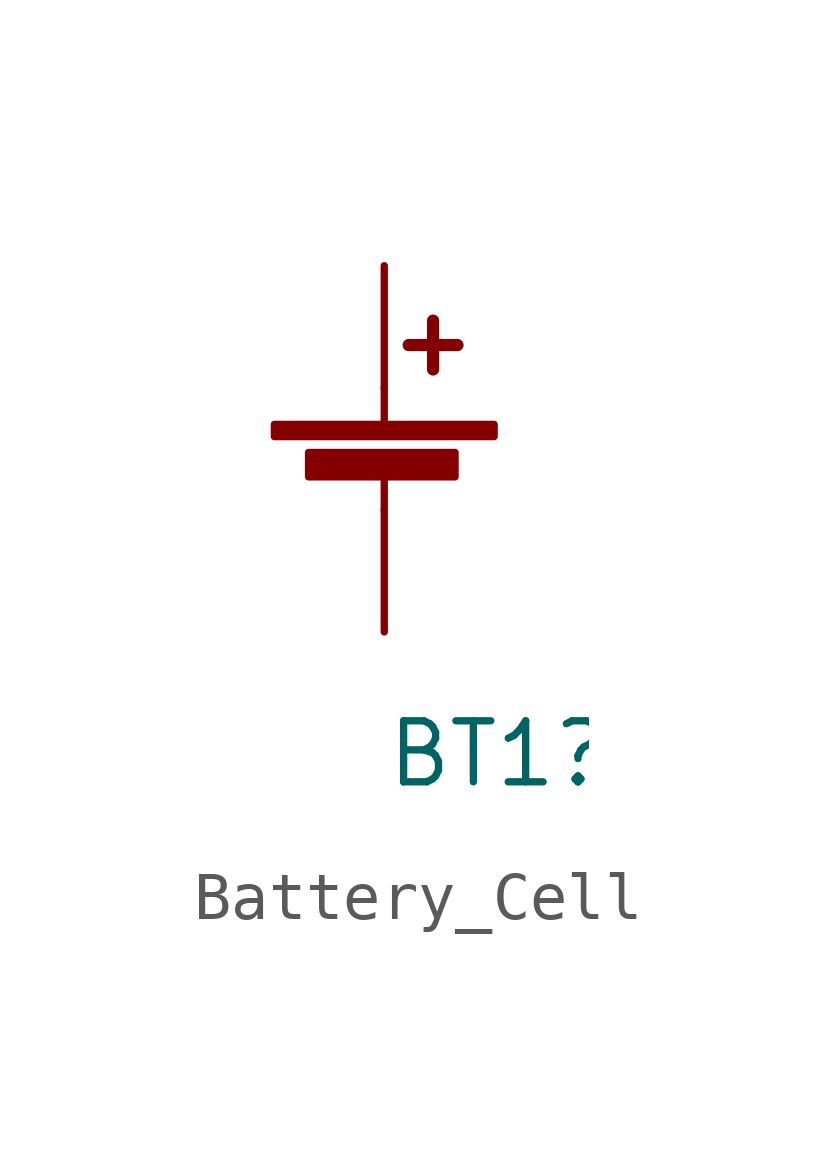
<source format=kicad_sym>
(kicad_symbol_lib
  (version 20220914)
  (generator kicad_symbol_editor)
  (symbol "Battery_Cell"
    (pin_numbers hide)
    (pin_names
      (offset 0) hide)
    (property "Reference" "BT1"
      (at 0 -5.08 0)
      (effects (font (size 1.27 1.27)) (justify left)))
    (symbol "Battery_Cell_0_1"
      (rectangle (start -2.286 1.778) (end 2.286 1.524) (stroke (width 0) (type default)) (fill (type outline)))
      (rectangle (start -1.575 1.194) (end 1.473 0.686) (stroke (width 0) (type default)) (fill (type outline)))
      (polyline (pts (xy 0 -2.54) (xy 0 0)) (stroke (width 0) (type default)) (fill (type none)))
      (polyline (pts (xy 0 0.762) (xy 0 0)) (stroke (width 0) (type default)) (fill (type none)))
      (polyline (pts (xy 0 1.778) (xy 0 2.54)) (stroke (width 0) (type default)) (fill (type none)))
      (polyline (pts (xy 0.508 3.429) (xy 1.524 3.429)) (stroke (width 0.254) (type default)) (fill (type none)))
      (polyline (pts (xy 1.016 3.937) (xy 1.016 2.921)) (stroke (width 0.254) (type default)) (fill (type none))))
    (symbol "Battery_Cell_1_1"
      (pin passive line (at 0 5.08 270) (length 2.54) (name "+" (effects (font (size 1.27 1.27)))) (number "1" (effects (font (size 1.27 1.27))))))))
</source>
